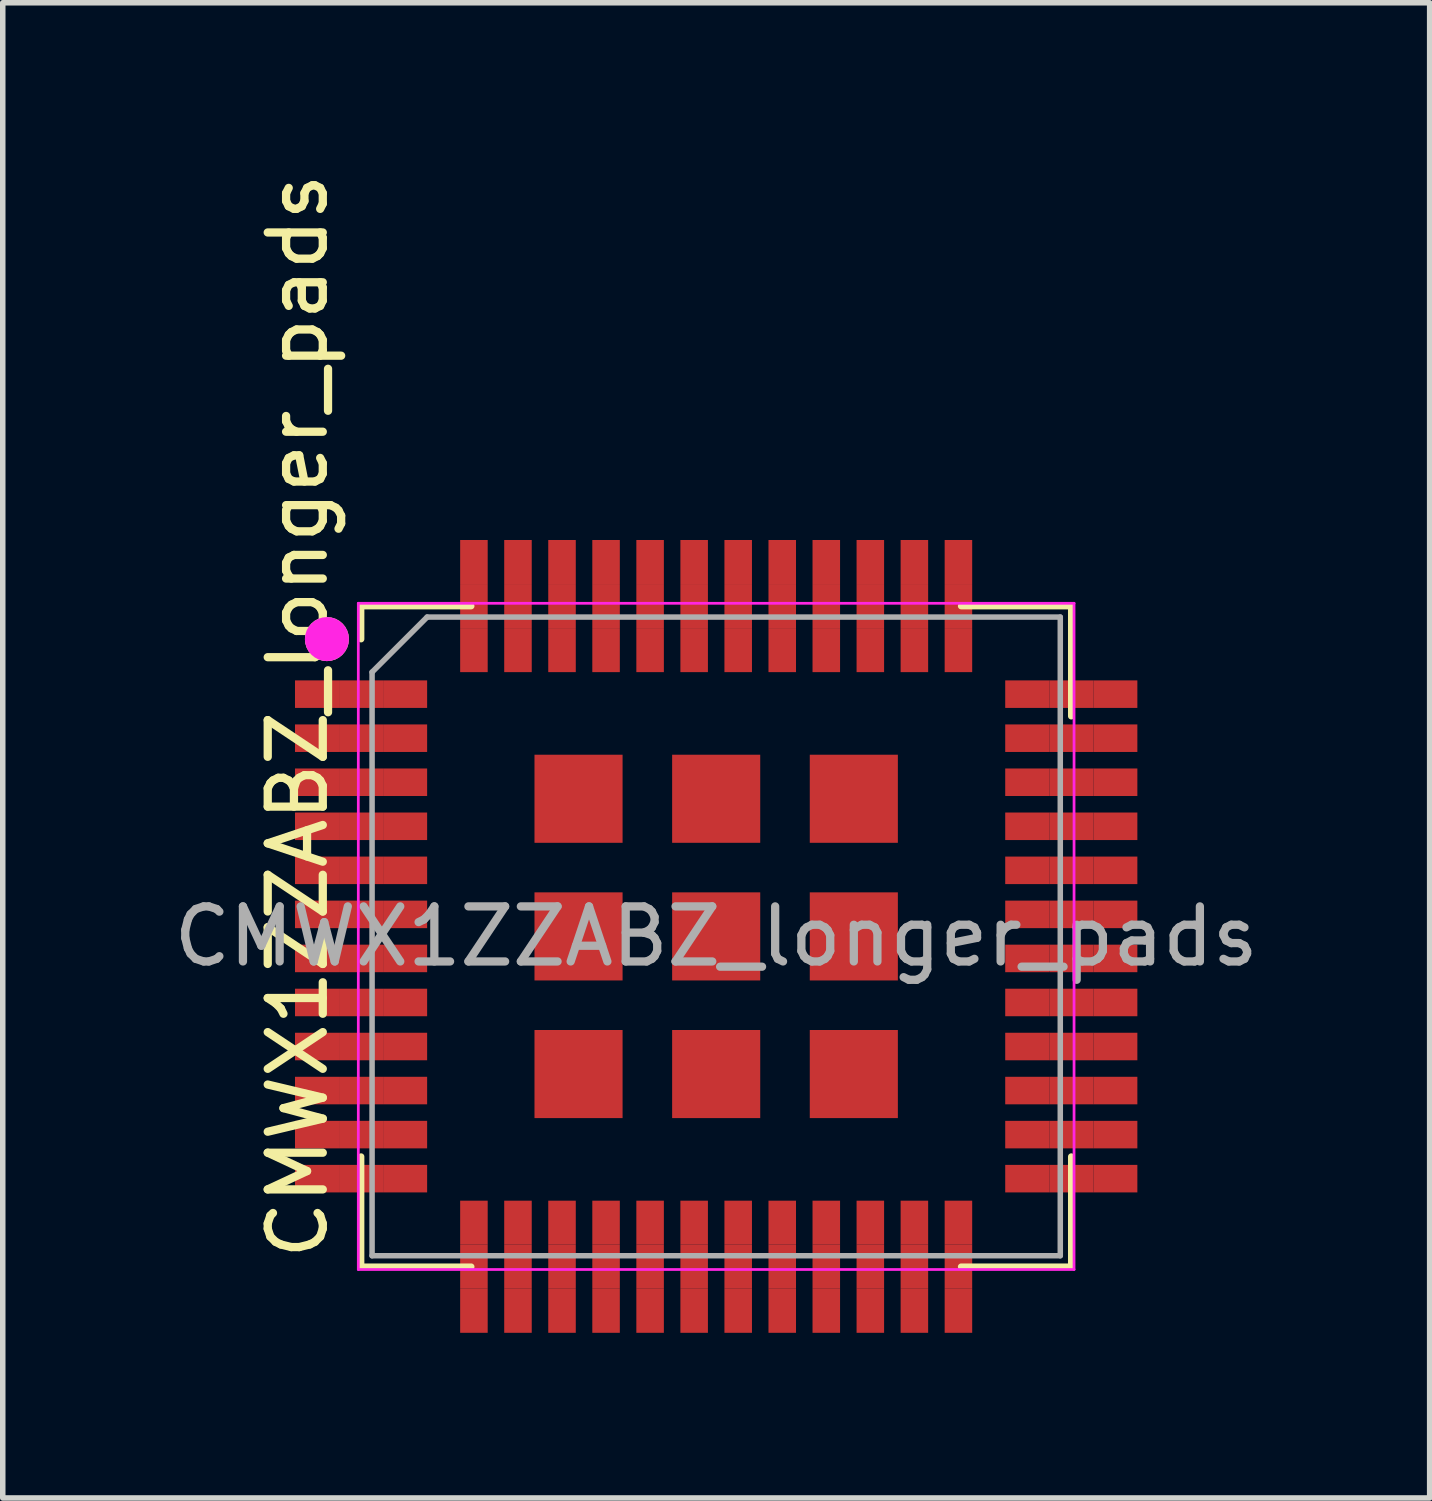
<source format=kicad_pcb>
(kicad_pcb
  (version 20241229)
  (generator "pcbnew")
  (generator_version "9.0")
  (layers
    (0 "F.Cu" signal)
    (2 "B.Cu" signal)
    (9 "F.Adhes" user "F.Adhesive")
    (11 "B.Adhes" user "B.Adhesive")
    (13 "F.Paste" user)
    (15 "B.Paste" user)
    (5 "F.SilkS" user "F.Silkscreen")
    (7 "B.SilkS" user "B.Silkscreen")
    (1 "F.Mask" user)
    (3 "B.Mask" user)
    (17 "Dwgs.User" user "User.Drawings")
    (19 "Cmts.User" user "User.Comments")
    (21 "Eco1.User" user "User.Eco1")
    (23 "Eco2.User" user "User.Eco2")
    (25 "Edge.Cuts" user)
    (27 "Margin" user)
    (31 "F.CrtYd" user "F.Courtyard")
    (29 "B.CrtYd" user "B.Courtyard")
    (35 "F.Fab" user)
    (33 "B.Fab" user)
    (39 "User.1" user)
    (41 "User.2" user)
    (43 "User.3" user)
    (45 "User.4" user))
  (footprint "CMWX1ZZABZ_longer_pads"
    (layer "F.Cu")
    (at 9.958 13.958)
    (property "Reference" "CMWX1ZZABZ_longer_pads" (at -7.6 -4 270) (layer "F.SilkS") (effects (font (size 1 1) (thickness 0.15))))
    (attr smd)
    (fp_line (start -6.45 -6) (end -6.45 -5.4) (stroke (width 0.12) (type solid)) (layer "F.SilkS"))
    (fp_line (start -6.45 -6) (end -4.45 -6) (stroke (width 0.12) (type solid)) (layer "F.SilkS"))
    (fp_line (start -6.45 4) (end -6.45 6) (stroke (width 0.12) (type solid)) (layer "F.SilkS"))
    (fp_line (start -6.45 6) (end -4.45 6) (stroke (width 0.12) (type solid)) (layer "F.SilkS"))
    (fp_line (start 4.45 -6) (end 6.45 -6) (stroke (width 0.12) (type solid)) (layer "F.SilkS"))
    (fp_line (start 4.45 6) (end 6.45 6) (stroke (width 0.12) (type solid)) (layer "F.SilkS"))
    (fp_line (start 6.45 -6) (end 6.45 -4) (stroke (width 0.12) (type solid)) (layer "F.SilkS"))
    (fp_line (start 6.45 4) (end 6.45 6) (stroke (width 0.12) (type solid)) (layer "F.SilkS"))
    (fp_circle (center -7.07 -5.4) (end -6.87 -5.4) (stroke (width 0.4) (type solid)) (fill no) (layer "F.SilkS"))
    (fp_line (start -6.5 -6.05) (end 6.5 -6.05) (stroke (width 0.05) (type solid)) (layer "F.CrtYd"))
    (fp_line (start -6.5 6.05) (end -6.5 -6.05) (stroke (width 0.05) (type solid)) (layer "F.CrtYd"))
    (fp_line (start -6.5 6.05) (end 6.5 6.05) (stroke (width 0.05) (type solid)) (layer "F.CrtYd"))
    (fp_line (start 6.5 -6.05) (end 6.5 6.05) (stroke (width 0.05) (type solid)) (layer "F.CrtYd"))
    (fp_circle (center -7.07 -5.4) (end -6.87 -5.4) (stroke (width 0.4) (type solid)) (fill no) (layer "F.CrtYd"))
    (fp_line (start -6.25 -4.8) (end -6.25 5.8) (stroke (width 0.1) (type solid)) (layer "F.Fab"))
    (fp_line (start -6.25 5.8) (end 6.25 5.8) (stroke (width 0.1) (type solid)) (layer "F.Fab"))
    (fp_line (start -5.25 -5.8) (end -6.25 -4.8) (stroke (width 0.1) (type solid)) (layer "F.Fab"))
    (fp_line (start -5.25 -5.8) (end 6.25 -5.8) (stroke (width 0.1) (type solid)) (layer "F.Fab"))
    (fp_line (start 6.25 -5.8) (end 6.25 5.8) (stroke (width 0.1) (type solid)) (layer "F.Fab"))
    (fp_text user "${REFERENCE}" (at 0 0 0) (layer "F.Fab") (effects (font (size 1 1) (thickness 0.15))))
    (pad "1" smd rect (at -7.25 -4.4 180) (size 0.8 0.5) (layers "F.Cu" "F.Mask" "F.Paste"))
    (pad "1" smd rect (at -6.45 -4.4 180) (size 0.8 0.5) (layers "F.Cu"))
    (pad "1" smd rect (at -5.65 -4.4) (size 0.8 0.5) (layers "F.Cu" "F.Mask" "F.Paste"))
    (pad "2" smd rect (at -7.25 -3.6 180) (size 0.8 0.5) (layers "F.Cu" "F.Mask" "F.Paste"))
    (pad "2" smd rect (at -6.45 -3.6 180) (size 0.8 0.5) (layers "F.Cu"))
    (pad "2" smd rect (at -5.65 -3.6) (size 0.8 0.5) (layers "F.Cu" "F.Mask" "F.Paste"))
    (pad "3" smd rect (at -7.25 -2.8 180) (size 0.8 0.5) (layers "F.Cu" "F.Mask" "F.Paste"))
    (pad "3" smd rect (at -6.45 -2.8 180) (size 0.8 0.5) (layers "F.Cu"))
    (pad "3" smd rect (at -5.65 -2.8) (size 0.8 0.5) (layers "F.Cu" "F.Mask" "F.Paste"))
    (pad "4" smd rect (at -7.25 -2 180) (size 0.8 0.5) (layers "F.Cu" "F.Mask" "F.Paste"))
    (pad "4" smd rect (at -6.45 -2 180) (size 0.8 0.5) (layers "F.Cu"))
    (pad "4" smd rect (at -5.65 -2) (size 0.8 0.5) (layers "F.Cu" "F.Mask" "F.Paste"))
    (pad "5" smd rect (at -7.25 -1.2 180) (size 0.8 0.5) (layers "F.Cu" "F.Mask" "F.Paste"))
    (pad "5" smd rect (at -6.45 -1.2 180) (size 0.8 0.5) (layers "F.Cu"))
    (pad "5" smd rect (at -5.65 -1.2) (size 0.8 0.5) (layers "F.Cu" "F.Mask" "F.Paste"))
    (pad "6" smd rect (at -7.25 -0.4 180) (size 0.8 0.5) (layers "F.Cu" "F.Mask" "F.Paste"))
    (pad "6" smd rect (at -6.45 -0.4 180) (size 0.8 0.5) (layers "F.Cu"))
    (pad "6" smd rect (at -5.65 -0.4) (size 0.8 0.5) (layers "F.Cu" "F.Mask" "F.Paste"))
    (pad "7" smd rect (at -7.25 0.4 180) (size 0.8 0.5) (layers "F.Cu" "F.Mask" "F.Paste"))
    (pad "7" smd rect (at -6.45 0.4 180) (size 0.8 0.5) (layers "F.Cu"))
    (pad "7" smd rect (at -5.65 0.4) (size 0.8 0.5) (layers "F.Cu" "F.Mask" "F.Paste"))
    (pad "8" smd rect (at -7.25 1.2 180) (size 0.8 0.5) (layers "F.Cu" "F.Mask" "F.Paste"))
    (pad "8" smd rect (at -6.45 1.2 180) (size 0.8 0.5) (layers "F.Cu"))
    (pad "8" smd rect (at -5.65 1.2) (size 0.8 0.5) (layers "F.Cu" "F.Mask" "F.Paste"))
    (pad "9" smd rect (at -7.25 2 180) (size 0.8 0.5) (layers "F.Cu" "F.Mask" "F.Paste"))
    (pad "9" smd rect (at -6.45 2 180) (size 0.8 0.5) (layers "F.Cu"))
    (pad "9" smd rect (at -5.65 2) (size 0.8 0.5) (layers "F.Cu" "F.Mask" "F.Paste"))
    (pad "10" smd rect (at -7.25 2.8 180) (size 0.8 0.5) (layers "F.Cu" "F.Mask" "F.Paste"))
    (pad "10" smd rect (at -6.45 2.8 180) (size 0.8 0.5) (layers "F.Cu"))
    (pad "10" smd rect (at -5.65 2.8) (size 0.8 0.5) (layers "F.Cu" "F.Mask" "F.Paste"))
    (pad "11" smd rect (at -7.25 3.6 180) (size 0.8 0.5) (layers "F.Cu" "F.Mask" "F.Paste"))
    (pad "11" smd rect (at -6.45 3.6 180) (size 0.8 0.5) (layers "F.Cu"))
    (pad "11" smd rect (at -5.65 3.6) (size 0.8 0.5) (layers "F.Cu" "F.Mask" "F.Paste"))
    (pad "12" smd rect (at -7.25 4.4 180) (size 0.8 0.5) (layers "F.Cu" "F.Mask" "F.Paste"))
    (pad "12" smd rect (at -6.45 4.4 180) (size 0.8 0.5) (layers "F.Cu"))
    (pad "12" smd rect (at -5.65 4.4) (size 0.8 0.5) (layers "F.Cu" "F.Mask" "F.Paste"))
    (pad "13" smd rect (at -4.4 5.2 90) (size 0.8 0.5) (layers "F.Cu" "F.Mask" "F.Paste"))
    (pad "13" smd rect (at -4.4 6 90) (size 0.8 0.5) (layers "F.Cu"))
    (pad "13" smd rect (at -4.4 6.8 270) (size 0.8 0.5) (layers "F.Cu" "F.Mask" "F.Paste"))
    (pad "14" smd rect (at -3.6 5.2 90) (size 0.8 0.5) (layers "F.Cu" "F.Mask" "F.Paste"))
    (pad "14" smd rect (at -3.6 6 90) (size 0.8 0.5) (layers "F.Cu"))
    (pad "14" smd rect (at -3.6 6.8 270) (size 0.8 0.5) (layers "F.Cu" "F.Mask" "F.Paste"))
    (pad "15" smd rect (at -2.8 5.2 90) (size 0.8 0.5) (layers "F.Cu" "F.Mask" "F.Paste"))
    (pad "15" smd rect (at -2.8 6 90) (size 0.8 0.5) (layers "F.Cu"))
    (pad "15" smd rect (at -2.8 6.8 270) (size 0.8 0.5) (layers "F.Cu" "F.Mask" "F.Paste"))
    (pad "16" smd rect (at -2 5.2 90) (size 0.8 0.5) (layers "F.Cu" "F.Mask" "F.Paste"))
    (pad "16" smd rect (at -2 6 90) (size 0.8 0.5) (layers "F.Cu"))
    (pad "16" smd rect (at -2 6.8 270) (size 0.8 0.5) (layers "F.Cu" "F.Mask" "F.Paste"))
    (pad "17" smd rect (at -1.2 5.2 90) (size 0.8 0.5) (layers "F.Cu" "F.Mask" "F.Paste"))
    (pad "17" smd rect (at -1.2 6 90) (size 0.8 0.5) (layers "F.Cu"))
    (pad "17" smd rect (at -1.2 6.8 270) (size 0.8 0.5) (layers "F.Cu" "F.Mask" "F.Paste"))
    (pad "18" smd rect (at -0.4 5.2 90) (size 0.8 0.5) (layers "F.Cu" "F.Mask" "F.Paste"))
    (pad "18" smd rect (at -0.4 6 90) (size 0.8 0.5) (layers "F.Cu"))
    (pad "18" smd rect (at -0.4 6.8 270) (size 0.8 0.5) (layers "F.Cu" "F.Mask" "F.Paste"))
    (pad "19" smd rect (at 0.4 5.2 90) (size 0.8 0.5) (layers "F.Cu" "F.Mask" "F.Paste"))
    (pad "19" smd rect (at 0.4 6 90) (size 0.8 0.5) (layers "F.Cu"))
    (pad "19" smd rect (at 0.4 6.8 270) (size 0.8 0.5) (layers "F.Cu" "F.Mask" "F.Paste"))
    (pad "20" smd rect (at 1.2 5.2 270) (size 0.8 0.5) (layers "F.Cu" "F.Mask" "F.Paste"))
    (pad "20" smd rect (at 1.2 6 90) (size 0.8 0.5) (layers "F.Cu"))
    (pad "20" smd rect (at 1.2 6.8 270) (size 0.8 0.5) (layers "F.Cu" "F.Mask" "F.Paste"))
    (pad "21" smd rect (at 2 5.2 270) (size 0.8 0.5) (layers "F.Cu" "F.Mask" "F.Paste"))
    (pad "21" smd rect (at 2 6 90) (size 0.8 0.5) (layers "F.Cu"))
    (pad "21" smd rect (at 2 6.8 270) (size 0.8 0.5) (layers "F.Cu" "F.Mask" "F.Paste"))
    (pad "22" smd rect (at 2.8 5.2 270) (size 0.8 0.5) (layers "F.Cu" "F.Mask" "F.Paste"))
    (pad "22" smd rect (at 2.8 6 90) (size 0.8 0.5) (layers "F.Cu"))
    (pad "22" smd rect (at 2.8 6.8 270) (size 0.8 0.5) (layers "F.Cu" "F.Mask" "F.Paste"))
    (pad "23" smd rect (at 3.6 5.2 270) (size 0.8 0.5) (layers "F.Cu" "F.Mask" "F.Paste"))
    (pad "23" smd rect (at 3.6 6 90) (size 0.8 0.5) (layers "F.Cu"))
    (pad "23" smd rect (at 3.6 6.8 270) (size 0.8 0.5) (layers "F.Cu" "F.Mask" "F.Paste"))
    (pad "24" smd rect (at 4.4 5.2 270) (size 0.8 0.5) (layers "F.Cu" "F.Mask" "F.Paste"))
    (pad "24" smd rect (at 4.4 6 90) (size 0.8 0.5) (layers "F.Cu"))
    (pad "24" smd rect (at 4.4 6.8 270) (size 0.8 0.5) (layers "F.Cu" "F.Mask" "F.Paste"))
    (pad "25" smd rect (at 5.65 4.4) (size 0.8 0.5) (layers "F.Cu" "F.Mask" "F.Paste"))
    (pad "25" smd rect (at 6.45 4.4 180) (size 0.8 0.5) (layers "F.Cu"))
    (pad "25" smd rect (at 7.25 4.4) (size 0.8 0.5) (layers "F.Cu" "F.Mask" "F.Paste"))
    (pad "26" smd rect (at 5.65 3.6) (size 0.8 0.5) (layers "F.Cu" "F.Mask" "F.Paste"))
    (pad "26" smd rect (at 6.45 3.6 180) (size 0.8 0.5) (layers "F.Cu"))
    (pad "26" smd rect (at 7.25 3.6) (size 0.8 0.5) (layers "F.Cu" "F.Mask" "F.Paste"))
    (pad "27" smd rect (at 5.65 2.8) (size 0.8 0.5) (layers "F.Cu" "F.Mask" "F.Paste"))
    (pad "27" smd rect (at 6.45 2.8 180) (size 0.8 0.5) (layers "F.Cu"))
    (pad "27" smd rect (at 7.25 2.8) (size 0.8 0.5) (layers "F.Cu" "F.Mask" "F.Paste"))
    (pad "28" smd rect (at 5.65 2) (size 0.8 0.5) (layers "F.Cu" "F.Mask" "F.Paste"))
    (pad "28" smd rect (at 6.45 2 180) (size 0.8 0.5) (layers "F.Cu"))
    (pad "28" smd rect (at 7.25 2) (size 0.8 0.5) (layers "F.Cu" "F.Mask" "F.Paste"))
    (pad "29" smd rect (at 5.65 1.2) (size 0.8 0.5) (layers "F.Cu" "F.Mask" "F.Paste"))
    (pad "29" smd rect (at 6.45 1.2 180) (size 0.8 0.5) (layers "F.Cu"))
    (pad "29" smd rect (at 7.25 1.2) (size 0.8 0.5) (layers "F.Cu" "F.Mask" "F.Paste"))
    (pad "30" smd rect (at 5.65 0.4) (size 0.8 0.5) (layers "F.Cu" "F.Mask" "F.Paste"))
    (pad "30" smd rect (at 6.45 0.4 180) (size 0.8 0.5) (layers "F.Cu"))
    (pad "30" smd rect (at 7.25 0.4) (size 0.8 0.5) (layers "F.Cu" "F.Mask" "F.Paste"))
    (pad "31" smd rect (at 5.65 -0.4) (size 0.8 0.5) (layers "F.Cu" "F.Mask" "F.Paste"))
    (pad "31" smd rect (at 6.45 -0.4 180) (size 0.8 0.5) (layers "F.Cu"))
    (pad "31" smd rect (at 7.25 -0.4) (size 0.8 0.5) (layers "F.Cu" "F.Mask" "F.Paste"))
    (pad "32" smd rect (at 5.65 -1.2) (size 0.8 0.5) (layers "F.Cu" "F.Mask" "F.Paste"))
    (pad "32" smd rect (at 6.45 -1.2 180) (size 0.8 0.5) (layers "F.Cu"))
    (pad "32" smd rect (at 7.25 -1.2) (size 0.8 0.5) (layers "F.Cu" "F.Mask" "F.Paste"))
    (pad "33" smd rect (at 5.65 -2) (size 0.8 0.5) (layers "F.Cu" "F.Mask" "F.Paste"))
    (pad "33" smd rect (at 6.45 -2 180) (size 0.8 0.5) (layers "F.Cu"))
    (pad "33" smd rect (at 7.25 -2) (size 0.8 0.5) (layers "F.Cu" "F.Mask" "F.Paste"))
    (pad "34" smd rect (at 5.65 -2.8) (size 0.8 0.5) (layers "F.Cu" "F.Mask" "F.Paste"))
    (pad "34" smd rect (at 6.45 -2.8 180) (size 0.8 0.5) (layers "F.Cu"))
    (pad "34" smd rect (at 7.25 -2.8) (size 0.8 0.5) (layers "F.Cu" "F.Mask" "F.Paste"))
    (pad "35" smd rect (at 5.65 -3.6) (size 0.8 0.5) (layers "F.Cu" "F.Mask" "F.Paste"))
    (pad "35" smd rect (at 6.45 -3.6 180) (size 0.8 0.5) (layers "F.Cu"))
    (pad "35" smd rect (at 7.25 -3.6) (size 0.8 0.5) (layers "F.Cu" "F.Mask" "F.Paste"))
    (pad "36" smd rect (at 5.65 -4.4) (size 0.8 0.5) (layers "F.Cu" "F.Mask" "F.Paste"))
    (pad "36" smd rect (at 6.45 -4.4 180) (size 0.8 0.5) (layers "F.Cu"))
    (pad "36" smd rect (at 7.25 -4.4) (size 0.8 0.5) (layers "F.Cu" "F.Mask" "F.Paste"))
    (pad "37" smd rect (at 4.4 -6.8 90) (size 0.8 0.5) (layers "F.Cu" "F.Mask" "F.Paste"))
    (pad "37" smd rect (at 4.4 -6 90) (size 0.8 0.5) (layers "F.Cu"))
    (pad "37" smd rect (at 4.4 -5.2 90) (size 0.8 0.5) (layers "F.Cu" "F.Mask" "F.Paste"))
    (pad "38" smd rect (at 3.6 -6.8 90) (size 0.8 0.5) (layers "F.Cu" "F.Mask" "F.Paste"))
    (pad "38" smd rect (at 3.6 -6 90) (size 0.8 0.5) (layers "F.Cu"))
    (pad "38" smd rect (at 3.6 -5.2 90) (size 0.8 0.5) (layers "F.Cu" "F.Mask" "F.Paste"))
    (pad "39" smd rect (at 2.8 -6.8 90) (size 0.8 0.5) (layers "F.Cu" "F.Mask" "F.Paste"))
    (pad "39" smd rect (at 2.8 -6 90) (size 0.8 0.5) (layers "F.Cu"))
    (pad "39" smd rect (at 2.8 -5.2 90) (size 0.8 0.5) (layers "F.Cu" "F.Mask" "F.Paste"))
    (pad "40" smd rect (at 2 -6.8 90) (size 0.8 0.5) (layers "F.Cu" "F.Mask" "F.Paste"))
    (pad "40" smd rect (at 2 -6 90) (size 0.8 0.5) (layers "F.Cu"))
    (pad "40" smd rect (at 2 -5.2 90) (size 0.8 0.5) (layers "F.Cu" "F.Mask" "F.Paste"))
    (pad "41" smd rect (at 1.2 -6.8 90) (size 0.8 0.5) (layers "F.Cu" "F.Mask" "F.Paste"))
    (pad "41" smd rect (at 1.2 -6 90) (size 0.8 0.5) (layers "F.Cu"))
    (pad "41" smd rect (at 1.2 -5.2 90) (size 0.8 0.5) (layers "F.Cu" "F.Mask" "F.Paste"))
    (pad "42" smd rect (at 0.4 -6.8 90) (size 0.8 0.5) (layers "F.Cu" "F.Mask" "F.Paste"))
    (pad "42" smd rect (at 0.4 -6 90) (size 0.8 0.5) (layers "F.Cu"))
    (pad "42" smd rect (at 0.4 -5.2 90) (size 0.8 0.5) (layers "F.Cu" "F.Mask" "F.Paste"))
    (pad "43" smd rect (at -0.4 -6.8 90) (size 0.8 0.5) (layers "F.Cu" "F.Mask" "F.Paste"))
    (pad "43" smd rect (at -0.4 -6 90) (size 0.8 0.5) (layers "F.Cu"))
    (pad "43" smd rect (at -0.4 -5.2 90) (size 0.8 0.5) (layers "F.Cu" "F.Mask" "F.Paste"))
    (pad "44" smd rect (at -1.2 -6.8 90) (size 0.8 0.5) (layers "F.Cu" "F.Mask" "F.Paste"))
    (pad "44" smd rect (at -1.2 -6 90) (size 0.8 0.5) (layers "F.Cu"))
    (pad "44" smd rect (at -1.2 -5.2 90) (size 0.8 0.5) (layers "F.Cu" "F.Mask" "F.Paste"))
    (pad "45" smd rect (at -2 -6.8 90) (size 0.8 0.5) (layers "F.Cu" "F.Mask" "F.Paste"))
    (pad "45" smd rect (at -2 -6 90) (size 0.8 0.5) (layers "F.Cu"))
    (pad "45" smd rect (at -2 -5.2 90) (size 0.8 0.5) (layers "F.Cu" "F.Mask" "F.Paste"))
    (pad "46" smd rect (at -2.8 -6.8 90) (size 0.8 0.5) (layers "F.Cu" "F.Mask" "F.Paste"))
    (pad "46" smd rect (at -2.8 -6 90) (size 0.8 0.5) (layers "F.Cu"))
    (pad "46" smd rect (at -2.8 -5.2 90) (size 0.8 0.5) (layers "F.Cu" "F.Mask" "F.Paste"))
    (pad "47" smd rect (at -3.6 -6.8 90) (size 0.8 0.5) (layers "F.Cu" "F.Mask" "F.Paste"))
    (pad "47" smd rect (at -3.6 -6 90) (size 0.8 0.5) (layers "F.Cu"))
    (pad "47" smd rect (at -3.6 -5.2 90) (size 0.8 0.5) (layers "F.Cu" "F.Mask" "F.Paste"))
    (pad "48" smd rect (at -4.4 -6.8 90) (size 0.8 0.5) (layers "F.Cu" "F.Mask" "F.Paste"))
    (pad "48" smd rect (at -4.4 -6 90) (size 0.8 0.5) (layers "F.Cu"))
    (pad "48" smd rect (at -4.4 -5.2 90) (size 0.8 0.5) (layers "F.Cu" "F.Mask" "F.Paste"))
    (pad "49" smd rect (at -2.5 -2.5 90) (size 1.6 1.6) (layers "F.Cu" "F.Mask" "F.Paste"))
    (pad "50" smd rect (at 0 -2.5 90) (size 1.6 1.6) (layers "F.Cu" "F.Mask" "F.Paste"))
    (pad "51" smd rect (at 2.5 -2.5 90) (size 1.6 1.6) (layers "F.Cu" "F.Mask" "F.Paste"))
    (pad "52" smd rect (at -2.5 0 90) (size 1.6 1.6) (layers "F.Cu" "F.Mask" "F.Paste"))
    (pad "53" smd rect (at 0 0 90) (size 1.6 1.6) (layers "F.Cu" "F.Mask" "F.Paste"))
    (pad "54" smd rect (at 2.5 0 90) (size 1.6 1.6) (layers "F.Cu" "F.Mask" "F.Paste"))
    (pad "55" smd rect (at -2.5 2.5 90) (size 1.6 1.6) (layers "F.Cu" "F.Mask" "F.Paste"))
    (pad "56" smd rect (at 0 2.5 90) (size 1.6 1.6) (layers "F.Cu" "F.Mask" "F.Paste"))
    (pad "57" smd rect (at 2.5 2.5 90) (size 1.6 1.6) (layers "F.Cu" "F.Mask" "F.Paste")))
  (gr_rect
    (start -3 -3)
    (end 22.917 24.158)
    (stroke (width 0.1) (type default))
    (fill no)
    (layer "Edge.Cuts")))
</source>
